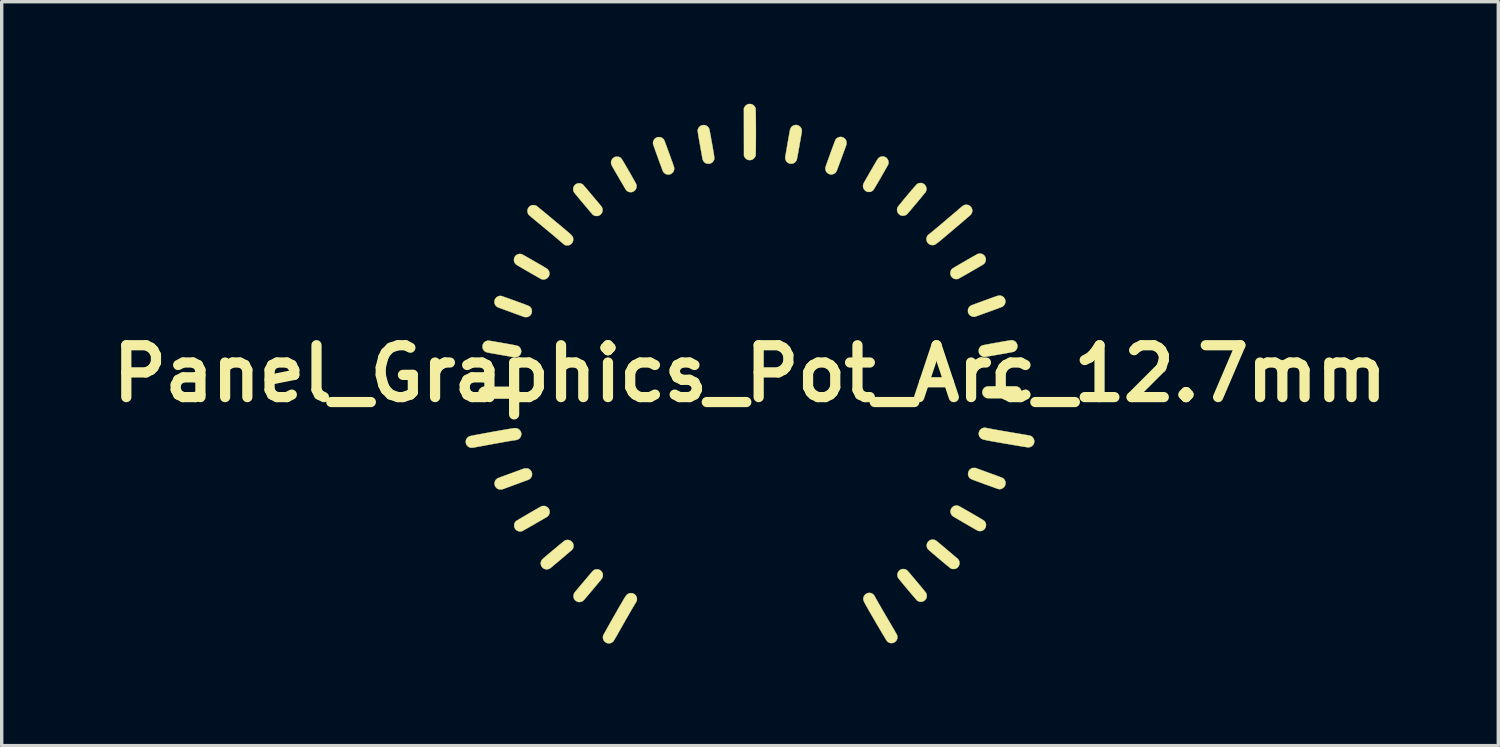
<source format=kicad_pcb>
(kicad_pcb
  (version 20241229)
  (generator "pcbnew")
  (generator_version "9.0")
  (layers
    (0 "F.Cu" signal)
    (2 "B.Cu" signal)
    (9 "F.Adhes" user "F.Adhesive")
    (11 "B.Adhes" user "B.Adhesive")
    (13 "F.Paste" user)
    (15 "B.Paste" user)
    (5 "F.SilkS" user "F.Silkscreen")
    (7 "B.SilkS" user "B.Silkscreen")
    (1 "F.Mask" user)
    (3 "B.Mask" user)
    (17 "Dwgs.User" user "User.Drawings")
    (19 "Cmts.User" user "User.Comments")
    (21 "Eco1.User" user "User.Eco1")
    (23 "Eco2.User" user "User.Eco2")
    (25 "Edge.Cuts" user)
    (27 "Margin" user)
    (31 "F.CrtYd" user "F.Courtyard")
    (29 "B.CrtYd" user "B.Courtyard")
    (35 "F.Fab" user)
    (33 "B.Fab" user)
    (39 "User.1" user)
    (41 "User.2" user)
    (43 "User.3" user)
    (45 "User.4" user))
  (footprint "Panel_Graphics_Pot_Arc_12.7mm"
    (layer "F.Cu")
    (at 18.985 7.927)
    (property "Reference" "Panel_Graphics_Pot_Arc_12.7mm" (at 0 0 0) (layer "F.SilkS") (effects (font (size 1.524 1.524) (thickness 0.3))))
    (attr through_hole)
    (fp_poly (pts (xy -6.557 2.784) (xy -6.541 2.784) (xy -6.529 2.786) (xy -6.519 2.789) (xy -6.508 2.794) (xy -6.507 2.794) (xy -6.475 2.814) (xy -6.448 2.839) (xy -6.427 2.868) (xy -6.412 2.901) (xy -6.404 2.936) (xy -6.404 2.972) (xy -6.405 2.981) (xy -6.414 3.016) (xy -6.431 3.049) (xy -6.453 3.078) (xy -6.481 3.101) (xy -6.493 3.109) (xy -6.5 3.112) (xy -6.514 3.117) (xy -6.535 3.126) (xy -6.563 3.136) (xy -6.596 3.148) (xy -6.633 3.162) (xy -6.676 3.178) (xy -6.722 3.195) (xy -6.772 3.214) (xy -6.824 3.233) (xy -6.879 3.253) (xy -6.899 3.26) (xy -7.283 3.401) (xy -7.324 3.402) (xy -7.35 3.402) (xy -7.371 3.4) (xy -7.381 3.398) (xy -7.417 3.382) (xy -7.448 3.359) (xy -7.473 3.331) (xy -7.49 3.302) (xy -7.501 3.269) (xy -7.505 3.233) (xy -7.503 3.198) (xy -7.497 3.175) (xy -7.482 3.14) (xy -7.46 3.11) (xy -7.433 3.086) (xy -7.407 3.071) (xy -7.4 3.068) (xy -7.385 3.063) (xy -7.364 3.055) (xy -7.337 3.044) (xy -7.304 3.032) (xy -7.266 3.018) (xy -7.223 3.002) (xy -7.177 2.985) (xy -7.127 2.967) (xy -7.075 2.948) (xy -7.021 2.928) (xy -7.006 2.923) (xy -6.627 2.784) (xy -6.579 2.784) (xy -6.557 2.784)) (stroke (width 0.01) (type solid)) (fill yes) (layer "F.SilkS"))
    (fp_poly (pts (xy 0.014 -7.922) (xy 0.032 -7.92) (xy 0.047 -7.916) (xy 0.055 -7.913) (xy 0.09 -7.894) (xy 0.119 -7.87) (xy 0.143 -7.839) (xy 0.157 -7.811) (xy 0.159 -7.805) (xy 0.161 -7.799) (xy 0.163 -7.793) (xy 0.164 -7.785) (xy 0.165 -7.774) (xy 0.166 -7.76) (xy 0.167 -7.743) (xy 0.167 -7.72) (xy 0.168 -7.692) (xy 0.169 -7.658) (xy 0.169 -7.618) (xy 0.17 -7.569) (xy 0.17 -7.565) (xy 0.171 -7.52) (xy 0.171 -7.471) (xy 0.172 -7.418) (xy 0.172 -7.361) (xy 0.172 -7.302) (xy 0.173 -7.24) (xy 0.173 -7.177) (xy 0.173 -7.113) (xy 0.173 -7.048) (xy 0.173 -6.983) (xy 0.173 -6.919) (xy 0.172 -6.856) (xy 0.172 -6.795) (xy 0.172 -6.737) (xy 0.171 -6.681) (xy 0.171 -6.629) (xy 0.17 -6.581) (xy 0.17 -6.538) (xy 0.169 -6.5) (xy 0.168 -6.467) (xy 0.168 -6.442) (xy 0.167 -6.423) (xy 0.166 -6.412) (xy 0.166 -6.41) (xy 0.152 -6.376) (xy 0.133 -6.344) (xy 0.108 -6.317) (xy 0.08 -6.296) (xy 0.066 -6.288) (xy 0.039 -6.279) (xy 0.008 -6.274) (xy -0.022 -6.273) (xy -0.032 -6.274) (xy -0.068 -6.283) (xy -0.101 -6.299) (xy -0.13 -6.323) (xy -0.154 -6.352) (xy -0.167 -6.376) (xy -0.178 -6.399) (xy -0.179 -7.097) (xy -0.18 -7.796) (xy -0.166 -7.824) (xy -0.145 -7.855) (xy -0.119 -7.883) (xy -0.087 -7.904) (xy -0.077 -7.909) (xy -0.063 -7.915) (xy -0.051 -7.919) (xy -0.038 -7.922) (xy -0.022 -7.922) (xy -0.008 -7.922) (xy 0.014 -7.922)) (stroke (width 0.01) (type solid)) (fill yes) (layer "F.SilkS"))
    (fp_poly (pts (xy 2.689 -6.953) (xy 2.725 -6.943) (xy 2.758 -6.926) (xy 2.787 -6.902) (xy 2.811 -6.872) (xy 2.823 -6.85) (xy 2.828 -6.838) (xy 2.831 -6.828) (xy 2.833 -6.815) (xy 2.834 -6.8) (xy 2.834 -6.78) (xy 2.834 -6.733) (xy 2.693 -6.348) (xy 2.673 -6.293) (xy 2.653 -6.24) (xy 2.634 -6.189) (xy 2.617 -6.141) (xy 2.6 -6.097) (xy 2.586 -6.058) (xy 2.573 -6.023) (xy 2.561 -5.994) (xy 2.552 -5.97) (xy 2.546 -5.954) (xy 2.542 -5.944) (xy 2.541 -5.943) (xy 2.521 -5.913) (xy 2.494 -5.889) (xy 2.463 -5.869) (xy 2.428 -5.857) (xy 2.419 -5.855) (xy 2.397 -5.852) (xy 2.378 -5.851) (xy 2.36 -5.854) (xy 2.346 -5.857) (xy 2.312 -5.87) (xy 2.281 -5.89) (xy 2.254 -5.915) (xy 2.234 -5.943) (xy 2.229 -5.954) (xy 2.22 -5.98) (xy 2.214 -6.01) (xy 2.213 -6.04) (xy 2.215 -6.055) (xy 2.217 -6.062) (xy 2.221 -6.077) (xy 2.228 -6.098) (xy 2.238 -6.125) (xy 2.249 -6.157) (xy 2.262 -6.194) (xy 2.276 -6.234) (xy 2.292 -6.278) (xy 2.309 -6.325) (xy 2.326 -6.373) (xy 2.344 -6.422) (xy 2.362 -6.472) (xy 2.38 -6.522) (xy 2.398 -6.571) (xy 2.415 -6.619) (xy 2.432 -6.664) (xy 2.448 -6.707) (xy 2.462 -6.746) (xy 2.475 -6.781) (xy 2.487 -6.811) (xy 2.496 -6.835) (xy 2.503 -6.853) (xy 2.508 -6.865) (xy 2.509 -6.868) (xy 2.529 -6.895) (xy 2.555 -6.919) (xy 2.585 -6.937) (xy 2.619 -6.949) (xy 2.65 -6.955) (xy 2.689 -6.953)) (stroke (width 0.01) (type solid)) (fill yes) (layer "F.SilkS"))
    (fp_poly (pts (xy 7.004 2.91) (xy 7.059 2.93) (xy 7.112 2.949) (xy 7.163 2.968) (xy 7.211 2.985) (xy 7.255 3.002) (xy 7.294 3.016) (xy 7.329 3.03) (xy 7.359 3.041) (xy 7.383 3.05) (xy 7.4 3.056) (xy 7.409 3.06) (xy 7.411 3.061) (xy 7.441 3.08) (xy 7.467 3.105) (xy 7.487 3.136) (xy 7.501 3.17) (xy 7.506 3.194) (xy 7.508 3.229) (xy 7.501 3.264) (xy 7.488 3.297) (xy 7.469 3.326) (xy 7.444 3.352) (xy 7.414 3.372) (xy 7.381 3.386) (xy 7.362 3.391) (xy 7.342 3.394) (xy 7.324 3.394) (xy 7.305 3.392) (xy 7.3 3.391) (xy 7.294 3.389) (xy 7.28 3.384) (xy 7.259 3.377) (xy 7.233 3.368) (xy 7.201 3.357) (xy 7.165 3.344) (xy 7.125 3.329) (xy 7.082 3.314) (xy 7.036 3.297) (xy 6.988 3.28) (xy 6.939 3.262) (xy 6.89 3.245) (xy 6.841 3.227) (xy 6.793 3.209) (xy 6.746 3.192) (xy 6.702 3.176) (xy 6.66 3.16) (xy 6.622 3.146) (xy 6.588 3.134) (xy 6.559 3.123) (xy 6.536 3.114) (xy 6.519 3.108) (xy 6.509 3.104) (xy 6.508 3.103) (xy 6.483 3.089) (xy 6.459 3.07) (xy 6.439 3.049) (xy 6.432 3.039) (xy 6.416 3.006) (xy 6.407 2.97) (xy 6.406 2.933) (xy 6.412 2.897) (xy 6.425 2.863) (xy 6.429 2.855) (xy 6.443 2.835) (xy 6.463 2.815) (xy 6.484 2.798) (xy 6.506 2.784) (xy 6.514 2.781) (xy 6.528 2.776) (xy 6.543 2.773) (xy 6.561 2.771) (xy 6.581 2.771) (xy 6.623 2.771) (xy 7.004 2.91)) (stroke (width 0.01) (type solid)) (fill yes) (layer "F.SilkS"))
    (fp_poly (pts (xy 5.047 -5.598) (xy 5.082 -5.587) (xy 5.113 -5.568) (xy 5.134 -5.55) (xy 5.157 -5.521) (xy 5.173 -5.488) (xy 5.182 -5.452) (xy 5.184 -5.416) (xy 5.178 -5.379) (xy 5.167 -5.349) (xy 5.163 -5.342) (xy 5.153 -5.329) (xy 5.138 -5.311) (xy 5.119 -5.286) (xy 5.095 -5.257) (xy 5.067 -5.223) (xy 5.036 -5.185) (xy 5.001 -5.142) (xy 4.962 -5.096) (xy 4.921 -5.046) (xy 4.896 -5.016) (xy 4.858 -4.972) (xy 4.822 -4.929) (xy 4.788 -4.888) (xy 4.755 -4.849) (xy 4.726 -4.814) (xy 4.699 -4.782) (xy 4.675 -4.754) (xy 4.655 -4.731) (xy 4.64 -4.713) (xy 4.629 -4.7) (xy 4.622 -4.692) (xy 4.621 -4.691) (xy 4.594 -4.668) (xy 4.561 -4.651) (xy 4.525 -4.641) (xy 4.488 -4.638) (xy 4.466 -4.64) (xy 4.431 -4.65) (xy 4.399 -4.666) (xy 4.372 -4.688) (xy 4.35 -4.715) (xy 4.334 -4.745) (xy 4.324 -4.778) (xy 4.32 -4.813) (xy 4.323 -4.848) (xy 4.334 -4.882) (xy 4.337 -4.888) (xy 4.342 -4.896) (xy 4.352 -4.911) (xy 4.367 -4.93) (xy 4.386 -4.954) (xy 4.409 -4.982) (xy 4.435 -5.014) (xy 4.463 -5.049) (xy 4.494 -5.087) (xy 4.526 -5.126) (xy 4.56 -5.167) (xy 4.595 -5.208) (xy 4.63 -5.25) (xy 4.665 -5.292) (xy 4.699 -5.332) (xy 4.733 -5.372) (xy 4.765 -5.409) (xy 4.795 -5.444) (xy 4.823 -5.476) (xy 4.847 -5.504) (xy 4.869 -5.528) (xy 4.886 -5.547) (xy 4.9 -5.562) (xy 4.908 -5.57) (xy 4.91 -5.571) (xy 4.942 -5.589) (xy 4.976 -5.598) (xy 5.009 -5.601) (xy 5.047 -5.598)) (stroke (width 0.01) (type solid)) (fill yes) (layer "F.SilkS"))
    (fp_poly (pts (xy -4.461 5.751) (xy -4.428 5.761) (xy -4.398 5.778) (xy -4.371 5.801) (xy -4.349 5.83) (xy -4.341 5.845) (xy -4.327 5.88) (xy -4.322 5.917) (xy -4.325 5.954) (xy -4.335 5.989) (xy -4.35 6.017) (xy -4.354 6.024) (xy -4.364 6.036) (xy -4.379 6.054) (xy -4.397 6.077) (xy -4.419 6.103) (xy -4.444 6.134) (xy -4.472 6.167) (xy -4.502 6.203) (xy -4.533 6.241) (xy -4.566 6.28) (xy -4.599 6.32) (xy -4.633 6.36) (xy -4.667 6.4) (xy -4.7 6.439) (xy -4.731 6.477) (xy -4.761 6.512) (xy -4.789 6.545) (xy -4.814 6.575) (xy -4.837 6.601) (xy -4.855 6.623) (xy -4.87 6.64) (xy -4.88 6.651) (xy -4.884 6.655) (xy -4.915 6.681) (xy -4.948 6.699) (xy -4.984 6.709) (xy -5.022 6.711) (xy -5.041 6.709) (xy -5.074 6.7) (xy -5.106 6.683) (xy -5.134 6.661) (xy -5.156 6.636) (xy -5.173 6.605) (xy -5.183 6.57) (xy -5.186 6.534) (xy -5.182 6.499) (xy -5.172 6.465) (xy -5.155 6.434) (xy -5.152 6.43) (xy -5.144 6.42) (xy -5.132 6.405) (xy -5.115 6.385) (xy -5.095 6.361) (xy -5.071 6.332) (xy -5.044 6.301) (xy -5.015 6.266) (xy -4.985 6.229) (xy -4.953 6.191) (xy -4.919 6.152) (xy -4.886 6.112) (xy -4.852 6.072) (xy -4.819 6.033) (xy -4.787 5.995) (xy -4.757 5.959) (xy -4.728 5.925) (xy -4.702 5.894) (xy -4.679 5.867) (xy -4.659 5.844) (xy -4.643 5.825) (xy -4.632 5.811) (xy -4.625 5.804) (xy -4.624 5.803) (xy -4.595 5.778) (xy -4.563 5.761) (xy -4.529 5.751) (xy -4.495 5.747) (xy -4.461 5.751)) (stroke (width 0.01) (type solid)) (fill yes) (layer "F.SilkS"))
    (fp_poly (pts (xy -7.136 0.386) (xy -7.1 0.386) (xy -7.07 0.386) (xy -7.045 0.386) (xy -7.024 0.387) (xy -7.007 0.387) (xy -6.993 0.387) (xy -6.982 0.388) (xy -6.973 0.389) (xy -6.966 0.39) (xy -6.961 0.391) (xy -6.956 0.392) (xy -6.951 0.393) (xy -6.951 0.393) (xy -6.918 0.408) (xy -6.888 0.429) (xy -6.863 0.456) (xy -6.844 0.487) (xy -6.834 0.511) (xy -6.83 0.535) (xy -6.829 0.563) (xy -6.831 0.591) (xy -6.836 0.616) (xy -6.84 0.628) (xy -6.86 0.662) (xy -6.885 0.691) (xy -6.916 0.713) (xy -6.95 0.728) (xy -6.951 0.728) (xy -6.955 0.73) (xy -6.96 0.731) (xy -6.966 0.732) (xy -6.973 0.733) (xy -6.982 0.734) (xy -6.993 0.734) (xy -7.008 0.735) (xy -7.025 0.735) (xy -7.047 0.736) (xy -7.073 0.736) (xy -7.104 0.736) (xy -7.141 0.736) (xy -7.183 0.736) (xy -7.232 0.736) (xy -7.288 0.736) (xy -7.352 0.736) (xy -7.403 0.736) (xy -7.463 0.736) (xy -7.521 0.736) (xy -7.575 0.736) (xy -7.627 0.735) (xy -7.674 0.735) (xy -7.717 0.735) (xy -7.755 0.734) (xy -7.787 0.734) (xy -7.812 0.733) (xy -7.831 0.733) (xy -7.843 0.732) (xy -7.845 0.732) (xy -7.874 0.722) (xy -7.902 0.705) (xy -7.928 0.684) (xy -7.928 0.683) (xy -7.951 0.654) (xy -7.968 0.622) (xy -7.977 0.589) (xy -7.979 0.555) (xy -7.974 0.521) (xy -7.963 0.488) (xy -7.945 0.458) (xy -7.921 0.432) (xy -7.891 0.409) (xy -7.875 0.401) (xy -7.846 0.387) (xy -7.413 0.386) (xy -7.342 0.386) (xy -7.28 0.386) (xy -7.225 0.386) (xy -7.177 0.386) (xy -7.136 0.386)) (stroke (width 0.01) (type solid)) (fill yes) (layer "F.SilkS"))
    (fp_poly (pts (xy -4.982 -5.59) (xy -4.948 -5.578) (xy -4.917 -5.56) (xy -4.906 -5.551) (xy -4.902 -5.547) (xy -4.892 -5.536) (xy -4.878 -5.519) (xy -4.86 -5.498) (xy -4.838 -5.473) (xy -4.813 -5.444) (xy -4.786 -5.412) (xy -4.756 -5.377) (xy -4.725 -5.34) (xy -4.692 -5.301) (xy -4.659 -5.261) (xy -4.625 -5.221) (xy -4.591 -5.181) (xy -4.558 -5.142) (xy -4.526 -5.104) (xy -4.495 -5.067) (xy -4.467 -5.033) (xy -4.44 -5.002) (xy -4.417 -4.974) (xy -4.397 -4.95) (xy -4.381 -4.93) (xy -4.372 -4.919) (xy -4.351 -4.887) (xy -4.337 -4.852) (xy -4.331 -4.816) (xy -4.333 -4.779) (xy -4.342 -4.744) (xy -4.359 -4.711) (xy -4.365 -4.701) (xy -4.386 -4.679) (xy -4.411 -4.659) (xy -4.438 -4.644) (xy -4.455 -4.638) (xy -4.474 -4.634) (xy -4.498 -4.632) (xy -4.523 -4.632) (xy -4.545 -4.634) (xy -4.557 -4.637) (xy -4.592 -4.652) (xy -4.621 -4.673) (xy -4.627 -4.679) (xy -4.633 -4.685) (xy -4.643 -4.696) (xy -4.658 -4.714) (xy -4.677 -4.736) (xy -4.701 -4.763) (xy -4.727 -4.794) (xy -4.756 -4.829) (xy -4.788 -4.867) (xy -4.822 -4.907) (xy -4.858 -4.95) (xy -4.895 -4.994) (xy -4.904 -5.005) (xy -4.956 -5.066) (xy -5.002 -5.121) (xy -5.042 -5.17) (xy -5.077 -5.213) (xy -5.107 -5.249) (xy -5.132 -5.279) (xy -5.151 -5.304) (xy -5.165 -5.322) (xy -5.173 -5.334) (xy -5.176 -5.339) (xy -5.19 -5.374) (xy -5.196 -5.411) (xy -5.194 -5.447) (xy -5.184 -5.482) (xy -5.167 -5.515) (xy -5.148 -5.539) (xy -5.121 -5.563) (xy -5.09 -5.579) (xy -5.055 -5.59) (xy -5.055 -5.59) (xy -5.019 -5.594) (xy -4.982 -5.59)) (stroke (width 0.01) (type solid)) (fill yes) (layer "F.SilkS"))
    (fp_poly (pts (xy 4.535 5.743) (xy 4.563 5.75) (xy 4.59 5.762) (xy 4.616 5.781) (xy 4.643 5.807) (xy 4.657 5.824) (xy 4.675 5.845) (xy 4.697 5.87) (xy 4.722 5.899) (xy 4.749 5.931) (xy 4.778 5.966) (xy 4.809 6.004) (xy 4.842 6.042) (xy 4.875 6.082) (xy 4.909 6.122) (xy 4.942 6.162) (xy 4.975 6.202) (xy 5.007 6.24) (xy 5.037 6.276) (xy 5.065 6.31) (xy 5.091 6.342) (xy 5.114 6.369) (xy 5.133 6.393) (xy 5.149 6.412) (xy 5.16 6.426) (xy 5.167 6.435) (xy 5.168 6.437) (xy 5.183 6.467) (xy 5.192 6.501) (xy 5.193 6.536) (xy 5.193 6.539) (xy 5.19 6.564) (xy 5.185 6.585) (xy 5.177 6.603) (xy 5.165 6.624) (xy 5.165 6.624) (xy 5.142 6.652) (xy 5.114 6.675) (xy 5.082 6.691) (xy 5.048 6.701) (xy 5.012 6.704) (xy 4.983 6.7) (xy 4.946 6.687) (xy 4.912 6.667) (xy 4.9 6.657) (xy 4.895 6.652) (xy 4.885 6.64) (xy 4.87 6.623) (xy 4.85 6.6) (xy 4.827 6.573) (xy 4.801 6.542) (xy 4.771 6.508) (xy 4.739 6.47) (xy 4.705 6.429) (xy 4.669 6.387) (xy 4.632 6.342) (xy 4.621 6.329) (xy 4.571 6.269) (xy 4.527 6.216) (xy 4.488 6.169) (xy 4.454 6.128) (xy 4.425 6.093) (xy 4.401 6.063) (xy 4.381 6.038) (xy 4.366 6.019) (xy 4.355 6.005) (xy 4.349 5.995) (xy 4.347 5.992) (xy 4.334 5.957) (xy 4.329 5.921) (xy 4.331 5.887) (xy 4.342 5.85) (xy 4.359 5.817) (xy 4.382 5.789) (xy 4.411 5.767) (xy 4.443 5.751) (xy 4.479 5.742) (xy 4.503 5.74) (xy 4.535 5.743)) (stroke (width 0.01) (type solid)) (fill yes) (layer "F.SilkS"))
    (fp_poly (pts (xy 6.791 -3.523) (xy 6.823 -3.513) (xy 6.85 -3.499) (xy 6.879 -3.474) (xy 6.901 -3.445) (xy 6.917 -3.413) (xy 6.926 -3.379) (xy 6.928 -3.344) (xy 6.923 -3.31) (xy 6.911 -3.276) (xy 6.892 -3.245) (xy 6.875 -3.227) (xy 6.87 -3.223) (xy 6.861 -3.216) (xy 6.849 -3.208) (xy 6.832 -3.197) (xy 6.811 -3.184) (xy 6.786 -3.169) (xy 6.755 -3.151) (xy 6.718 -3.129) (xy 6.676 -3.104) (xy 6.628 -3.076) (xy 6.573 -3.044) (xy 6.511 -3.009) (xy 6.495 -3) (xy 6.444 -2.97) (xy 6.395 -2.942) (xy 6.347 -2.915) (xy 6.303 -2.889) (xy 6.262 -2.866) (xy 6.225 -2.845) (xy 6.192 -2.827) (xy 6.164 -2.811) (xy 6.142 -2.799) (xy 6.125 -2.79) (xy 6.115 -2.786) (xy 6.113 -2.785) (xy 6.088 -2.779) (xy 6.058 -2.777) (xy 6.029 -2.779) (xy 6.004 -2.785) (xy 5.969 -2.801) (xy 5.939 -2.824) (xy 5.915 -2.852) (xy 5.898 -2.885) (xy 5.888 -2.921) (xy 5.885 -2.94) (xy 5.887 -2.979) (xy 5.896 -3.015) (xy 5.912 -3.048) (xy 5.937 -3.077) (xy 5.944 -3.083) (xy 5.95 -3.088) (xy 5.963 -3.096) (xy 5.983 -3.108) (xy 6.008 -3.123) (xy 6.037 -3.141) (xy 6.071 -3.161) (xy 6.109 -3.183) (xy 6.149 -3.207) (xy 6.192 -3.232) (xy 6.237 -3.258) (xy 6.283 -3.285) (xy 6.329 -3.312) (xy 6.375 -3.338) (xy 6.42 -3.364) (xy 6.464 -3.39) (xy 6.506 -3.413) (xy 6.546 -3.436) (xy 6.582 -3.456) (xy 6.614 -3.474) (xy 6.641 -3.49) (xy 6.664 -3.502) (xy 6.68 -3.511) (xy 6.691 -3.516) (xy 6.692 -3.517) (xy 6.723 -3.525) (xy 6.757 -3.526) (xy 6.791 -3.523)) (stroke (width 0.01) (type solid)) (fill yes) (layer "F.SilkS"))
    (fp_poly (pts (xy -2.643 -6.947) (xy -2.609 -6.938) (xy -2.578 -6.921) (xy -2.55 -6.9) (xy -2.528 -6.872) (xy -2.518 -6.854) (xy -2.515 -6.846) (xy -2.509 -6.832) (xy -2.501 -6.81) (xy -2.491 -6.783) (xy -2.479 -6.75) (xy -2.464 -6.711) (xy -2.449 -6.669) (xy -2.432 -6.622) (xy -2.413 -6.572) (xy -2.394 -6.52) (xy -2.374 -6.466) (xy -2.368 -6.449) (xy -2.345 -6.385) (xy -2.325 -6.329) (xy -2.307 -6.279) (xy -2.291 -6.236) (xy -2.278 -6.199) (xy -2.266 -6.167) (xy -2.257 -6.14) (xy -2.249 -6.117) (xy -2.243 -6.098) (xy -2.238 -6.083) (xy -2.234 -6.07) (xy -2.232 -6.06) (xy -2.23 -6.052) (xy -2.229 -6.045) (xy -2.228 -6.038) (xy -2.228 -6.035) (xy -2.229 -5.997) (xy -2.238 -5.962) (xy -2.254 -5.929) (xy -2.256 -5.927) (xy -2.28 -5.898) (xy -2.309 -5.875) (xy -2.341 -5.859) (xy -2.376 -5.85) (xy -2.412 -5.848) (xy -2.438 -5.852) (xy -2.474 -5.864) (xy -2.506 -5.883) (xy -2.533 -5.907) (xy -2.554 -5.935) (xy -2.557 -5.942) (xy -2.563 -5.957) (xy -2.571 -5.978) (xy -2.581 -6.005) (xy -2.593 -6.037) (xy -2.607 -6.074) (xy -2.622 -6.114) (xy -2.638 -6.158) (xy -2.655 -6.205) (xy -2.673 -6.253) (xy -2.691 -6.303) (xy -2.709 -6.353) (xy -2.727 -6.403) (xy -2.745 -6.452) (xy -2.762 -6.5) (xy -2.778 -6.545) (xy -2.794 -6.588) (xy -2.807 -6.627) (xy -2.82 -6.662) (xy -2.83 -6.692) (xy -2.839 -6.716) (xy -2.845 -6.735) (xy -2.848 -6.746) (xy -2.849 -6.749) (xy -2.85 -6.785) (xy -2.844 -6.821) (xy -2.831 -6.854) (xy -2.812 -6.885) (xy -2.787 -6.911) (xy -2.757 -6.931) (xy -2.749 -6.935) (xy -2.714 -6.946) (xy -2.678 -6.95) (xy -2.643 -6.947)) (stroke (width 0.01) (type solid)) (fill yes) (layer "F.SilkS"))
    (fp_poly (pts (xy 7.472 0.373) (xy 7.533 0.373) (xy 7.587 0.373) (xy 7.635 0.373) (xy 7.675 0.373) (xy 7.71 0.373) (xy 7.74 0.373) (xy 7.764 0.373) (xy 7.784 0.374) (xy 7.801 0.374) (xy 7.814 0.375) (xy 7.825 0.376) (xy 7.833 0.376) (xy 7.839 0.377) (xy 7.844 0.379) (xy 7.849 0.38) (xy 7.853 0.381) (xy 7.89 0.398) (xy 7.921 0.42) (xy 7.945 0.447) (xy 7.962 0.479) (xy 7.972 0.515) (xy 7.975 0.555) (xy 7.975 0.559) (xy 7.973 0.58) (xy 7.97 0.596) (xy 7.965 0.611) (xy 7.959 0.624) (xy 7.939 0.657) (xy 7.912 0.684) (xy 7.879 0.706) (xy 7.875 0.708) (xy 7.846 0.722) (xy 7.408 0.723) (xy 7.338 0.723) (xy 7.275 0.723) (xy 7.219 0.723) (xy 7.171 0.723) (xy 7.129 0.723) (xy 7.093 0.723) (xy 7.062 0.723) (xy 7.037 0.723) (xy 7.016 0.722) (xy 6.998 0.722) (xy 6.985 0.721) (xy 6.974 0.721) (xy 6.966 0.72) (xy 6.959 0.719) (xy 6.954 0.718) (xy 6.95 0.717) (xy 6.949 0.716) (xy 6.913 0.7) (xy 6.883 0.678) (xy 6.858 0.651) (xy 6.843 0.624) (xy 6.83 0.588) (xy 6.825 0.551) (xy 6.828 0.515) (xy 6.838 0.481) (xy 6.855 0.45) (xy 6.878 0.423) (xy 6.907 0.401) (xy 6.941 0.384) (xy 6.95 0.381) (xy 6.955 0.38) (xy 6.96 0.378) (xy 6.966 0.377) (xy 6.973 0.376) (xy 6.982 0.376) (xy 6.993 0.375) (xy 7.007 0.374) (xy 7.024 0.374) (xy 7.046 0.373) (xy 7.071 0.373) (xy 7.102 0.373) (xy 7.138 0.373) (xy 7.181 0.373) (xy 7.229 0.373) (xy 7.285 0.373) (xy 7.348 0.373) (xy 7.403 0.373) (xy 7.472 0.373)) (stroke (width 0.01) (type solid)) (fill yes) (layer "F.SilkS"))
    (fp_poly (pts (xy -7.68 -0.969) (xy -7.664 -0.967) (xy -7.642 -0.963) (xy -7.613 -0.959) (xy -7.578 -0.953) (xy -7.538 -0.946) (xy -7.493 -0.939) (xy -7.444 -0.93) (xy -7.392 -0.921) (xy -7.337 -0.912) (xy -7.279 -0.902) (xy -7.255 -0.897) (xy -7.185 -0.885) (xy -7.123 -0.874) (xy -7.068 -0.864) (xy -7.019 -0.856) (xy -6.977 -0.848) (xy -6.941 -0.841) (xy -6.911 -0.835) (xy -6.884 -0.829) (xy -6.863 -0.825) (xy -6.845 -0.82) (xy -6.83 -0.816) (xy -6.818 -0.811) (xy -6.808 -0.807) (xy -6.8 -0.803) (xy -6.794 -0.798) (xy -6.788 -0.793) (xy -6.782 -0.788) (xy -6.776 -0.782) (xy -6.774 -0.78) (xy -6.761 -0.765) (xy -6.748 -0.747) (xy -6.739 -0.731) (xy -6.727 -0.696) (xy -6.722 -0.661) (xy -6.725 -0.625) (xy -6.735 -0.59) (xy -6.752 -0.557) (xy -6.776 -0.529) (xy -6.781 -0.524) (xy -6.81 -0.503) (xy -6.844 -0.488) (xy -6.879 -0.48) (xy -6.915 -0.48) (xy -6.926 -0.481) (xy -6.949 -0.485) (xy -6.978 -0.49) (xy -7.012 -0.496) (xy -7.051 -0.503) (xy -7.093 -0.511) (xy -7.139 -0.519) (xy -7.188 -0.527) (xy -7.238 -0.536) (xy -7.289 -0.545) (xy -7.34 -0.554) (xy -7.391 -0.563) (xy -7.44 -0.572) (xy -7.488 -0.58) (xy -7.533 -0.588) (xy -7.575 -0.596) (xy -7.612 -0.602) (xy -7.645 -0.608) (xy -7.672 -0.613) (xy -7.693 -0.617) (xy -7.707 -0.62) (xy -7.713 -0.621) (xy -7.753 -0.633) (xy -7.786 -0.651) (xy -7.815 -0.676) (xy -7.837 -0.707) (xy -7.845 -0.722) (xy -7.857 -0.756) (xy -7.861 -0.791) (xy -7.858 -0.826) (xy -7.848 -0.858) (xy -7.833 -0.889) (xy -7.812 -0.915) (xy -7.786 -0.938) (xy -7.756 -0.955) (xy -7.722 -0.966) (xy -7.687 -0.969) (xy -7.68 -0.969)) (stroke (width 0.01) (type solid)) (fill yes) (layer "F.SilkS"))
    (fp_poly (pts (xy -6.735 -3.515) (xy -6.702 -3.507) (xy -6.699 -3.506) (xy -6.693 -3.503) (xy -6.679 -3.495) (xy -6.659 -3.485) (xy -6.634 -3.47) (xy -6.604 -3.453) (xy -6.568 -3.433) (xy -6.529 -3.411) (xy -6.486 -3.386) (xy -6.44 -3.36) (xy -6.392 -3.332) (xy -6.342 -3.303) (xy -6.322 -3.292) (xy -6.26 -3.256) (xy -6.204 -3.224) (xy -6.154 -3.195) (xy -6.111 -3.17) (xy -6.074 -3.148) (xy -6.042 -3.129) (xy -6.016 -3.113) (xy -5.994 -3.1) (xy -5.977 -3.089) (xy -5.963 -3.08) (xy -5.953 -3.073) (xy -5.946 -3.067) (xy -5.945 -3.066) (xy -5.922 -3.038) (xy -5.905 -3.006) (xy -5.895 -2.972) (xy -5.893 -2.936) (xy -5.897 -2.9) (xy -5.909 -2.866) (xy -5.919 -2.848) (xy -5.942 -2.819) (xy -5.971 -2.795) (xy -6.004 -2.778) (xy -6.039 -2.768) (xy -6.076 -2.765) (xy -6.102 -2.769) (xy -6.117 -2.772) (xy -6.13 -2.776) (xy -6.132 -2.777) (xy -6.137 -2.78) (xy -6.149 -2.786) (xy -6.168 -2.797) (xy -6.192 -2.81) (xy -6.222 -2.827) (xy -6.256 -2.847) (xy -6.294 -2.869) (xy -6.337 -2.893) (xy -6.382 -2.919) (xy -6.43 -2.946) (xy -6.48 -2.975) (xy -6.502 -2.988) (xy -6.563 -3.023) (xy -6.617 -3.054) (xy -6.665 -3.082) (xy -6.706 -3.106) (xy -6.742 -3.127) (xy -6.773 -3.145) (xy -6.799 -3.161) (xy -6.821 -3.174) (xy -6.839 -3.185) (xy -6.853 -3.194) (xy -6.864 -3.202) (xy -6.873 -3.208) (xy -6.879 -3.213) (xy -6.884 -3.217) (xy -6.908 -3.246) (xy -6.924 -3.278) (xy -6.934 -3.311) (xy -6.936 -3.345) (xy -6.932 -3.378) (xy -6.922 -3.41) (xy -6.906 -3.44) (xy -6.884 -3.467) (xy -6.857 -3.489) (xy -6.824 -3.505) (xy -6.803 -3.512) (xy -6.769 -3.517) (xy -6.735 -3.515)) (stroke (width 0.01) (type solid)) (fill yes) (layer "F.SilkS"))
    (fp_poly (pts (xy 6.106 3.88) (xy 6.127 3.886) (xy 6.133 3.889) (xy 6.147 3.897) (xy 6.166 3.907) (xy 6.191 3.921) (xy 6.222 3.939) (xy 6.257 3.958) (xy 6.296 3.981) (xy 6.339 4.005) (xy 6.385 4.031) (xy 6.433 4.059) (xy 6.484 4.088) (xy 6.504 4.1) (xy 6.569 4.138) (xy 6.627 4.171) (xy 6.679 4.201) (xy 6.723 4.227) (xy 6.762 4.25) (xy 6.794 4.27) (xy 6.821 4.286) (xy 6.843 4.299) (xy 6.86 4.31) (xy 6.872 4.318) (xy 6.879 4.324) (xy 6.881 4.326) (xy 6.906 4.355) (xy 6.923 4.388) (xy 6.932 4.424) (xy 6.933 4.462) (xy 6.927 4.498) (xy 6.914 4.532) (xy 6.895 4.561) (xy 6.87 4.586) (xy 6.841 4.605) (xy 6.809 4.619) (xy 6.774 4.626) (xy 6.737 4.625) (xy 6.716 4.621) (xy 6.712 4.62) (xy 6.708 4.619) (xy 6.704 4.618) (xy 6.7 4.616) (xy 6.694 4.614) (xy 6.687 4.611) (xy 6.679 4.606) (xy 6.668 4.601) (xy 6.654 4.593) (xy 6.638 4.584) (xy 6.617 4.572) (xy 6.593 4.558) (xy 6.564 4.542) (xy 6.53 4.522) (xy 6.491 4.5) (xy 6.446 4.474) (xy 6.394 4.444) (xy 6.336 4.411) (xy 6.312 4.397) (xy 6.249 4.36) (xy 6.192 4.327) (xy 6.143 4.299) (xy 6.1 4.273) (xy 6.063 4.251) (xy 6.031 4.233) (xy 6.005 4.217) (xy 5.984 4.204) (xy 5.967 4.193) (xy 5.955 4.185) (xy 5.946 4.178) (xy 5.942 4.175) (xy 5.92 4.147) (xy 5.903 4.115) (xy 5.893 4.081) (xy 5.89 4.046) (xy 5.892 4.022) (xy 5.903 3.986) (xy 5.92 3.953) (xy 5.943 3.926) (xy 5.97 3.904) (xy 6.001 3.888) (xy 6.034 3.878) (xy 6.07 3.875) (xy 6.106 3.88)) (stroke (width 0.01) (type solid)) (fill yes) (layer "F.SilkS"))
    (fp_poly (pts (xy -5.319 4.89) (xy -5.286 4.902) (xy -5.256 4.92) (xy -5.229 4.945) (xy -5.207 4.976) (xy -5.202 4.986) (xy -5.196 4.999) (xy -5.192 5.01) (xy -5.189 5.02) (xy -5.188 5.034) (xy -5.188 5.052) (xy -5.188 5.061) (xy -5.188 5.083) (xy -5.189 5.098) (xy -5.192 5.111) (xy -5.195 5.122) (xy -5.199 5.132) (xy -5.209 5.149) (xy -5.221 5.166) (xy -5.229 5.176) (xy -5.234 5.18) (xy -5.245 5.19) (xy -5.261 5.204) (xy -5.283 5.223) (xy -5.308 5.244) (xy -5.338 5.269) (xy -5.37 5.297) (xy -5.405 5.327) (xy -5.442 5.359) (xy -5.481 5.391) (xy -5.521 5.425) (xy -5.561 5.459) (xy -5.601 5.493) (xy -5.641 5.526) (xy -5.679 5.558) (xy -5.716 5.589) (xy -5.75 5.617) (xy -5.781 5.644) (xy -5.809 5.667) (xy -5.833 5.687) (xy -5.852 5.703) (xy -5.864 5.712) (xy -5.895 5.732) (xy -5.93 5.744) (xy -5.967 5.75) (xy -6.003 5.748) (xy -6.034 5.74) (xy -6.065 5.724) (xy -6.093 5.703) (xy -6.1 5.696) (xy -6.123 5.665) (xy -6.139 5.632) (xy -6.148 5.597) (xy -6.149 5.561) (xy -6.142 5.526) (xy -6.128 5.493) (xy -6.107 5.462) (xy -6.093 5.447) (xy -6.085 5.44) (xy -6.071 5.428) (xy -6.052 5.411) (xy -6.028 5.391) (xy -6.001 5.367) (xy -5.969 5.341) (xy -5.935 5.312) (xy -5.899 5.281) (xy -5.86 5.249) (xy -5.821 5.216) (xy -5.781 5.182) (xy -5.74 5.149) (xy -5.701 5.115) (xy -5.662 5.083) (xy -5.625 5.052) (xy -5.59 5.023) (xy -5.558 4.997) (xy -5.529 4.973) (xy -5.505 4.953) (xy -5.484 4.936) (xy -5.469 4.924) (xy -5.459 4.916) (xy -5.457 4.914) (xy -5.424 4.897) (xy -5.389 4.887) (xy -5.354 4.885) (xy -5.319 4.89)) (stroke (width 0.01) (type solid)) (fill yes) (layer "F.SilkS"))
    (fp_poly (pts (xy 3.929 -6.378) (xy 3.963 -6.367) (xy 3.995 -6.35) (xy 4.021 -6.327) (xy 4.044 -6.297) (xy 4.06 -6.263) (xy 4.069 -6.228) (xy 4.07 -6.192) (xy 4.063 -6.156) (xy 4.058 -6.14) (xy 4.055 -6.134) (xy 4.048 -6.122) (xy 4.037 -6.103) (xy 4.023 -6.078) (xy 4.006 -6.048) (xy 3.986 -6.013) (xy 3.964 -5.974) (xy 3.94 -5.932) (xy 3.914 -5.886) (xy 3.886 -5.838) (xy 3.857 -5.788) (xy 3.845 -5.767) (xy 3.808 -5.703) (xy 3.775 -5.646) (xy 3.746 -5.596) (xy 3.721 -5.553) (xy 3.698 -5.515) (xy 3.679 -5.483) (xy 3.663 -5.456) (xy 3.65 -5.434) (xy 3.639 -5.417) (xy 3.63 -5.404) (xy 3.623 -5.395) (xy 3.619 -5.389) (xy 3.618 -5.389) (xy 3.604 -5.376) (xy 3.585 -5.363) (xy 3.57 -5.355) (xy 3.555 -5.348) (xy 3.543 -5.343) (xy 3.529 -5.341) (xy 3.511 -5.34) (xy 3.501 -5.339) (xy 3.478 -5.339) (xy 3.461 -5.34) (xy 3.446 -5.344) (xy 3.438 -5.346) (xy 3.404 -5.362) (xy 3.375 -5.385) (xy 3.351 -5.412) (xy 3.334 -5.442) (xy 3.323 -5.476) (xy 3.319 -5.511) (xy 3.323 -5.547) (xy 3.334 -5.583) (xy 3.337 -5.589) (xy 3.341 -5.597) (xy 3.35 -5.612) (xy 3.361 -5.633) (xy 3.376 -5.66) (xy 3.394 -5.692) (xy 3.415 -5.728) (xy 3.438 -5.768) (xy 3.463 -5.811) (xy 3.489 -5.857) (xy 3.517 -5.906) (xy 3.546 -5.956) (xy 3.549 -5.961) (xy 3.586 -6.024) (xy 3.619 -6.081) (xy 3.648 -6.131) (xy 3.673 -6.175) (xy 3.695 -6.212) (xy 3.714 -6.244) (xy 3.73 -6.27) (xy 3.743 -6.29) (xy 3.754 -6.307) (xy 3.761 -6.318) (xy 3.767 -6.325) (xy 3.767 -6.326) (xy 3.795 -6.35) (xy 3.826 -6.367) (xy 3.86 -6.378) (xy 3.895 -6.381) (xy 3.929 -6.378)) (stroke (width 0.01) (type solid)) (fill yes) (layer "F.SilkS"))
    (fp_poly (pts (xy 1.396 -7.3) (xy 1.428 -7.287) (xy 1.457 -7.267) (xy 1.483 -7.242) (xy 1.504 -7.21) (xy 1.508 -7.201) (xy 1.512 -7.193) (xy 1.515 -7.186) (xy 1.518 -7.179) (xy 1.52 -7.171) (xy 1.521 -7.162) (xy 1.522 -7.152) (xy 1.522 -7.14) (xy 1.521 -7.126) (xy 1.52 -7.108) (xy 1.517 -7.087) (xy 1.514 -7.062) (xy 1.509 -7.032) (xy 1.503 -6.998) (xy 1.496 -6.957) (xy 1.488 -6.911) (xy 1.479 -6.858) (xy 1.468 -6.798) (xy 1.456 -6.73) (xy 1.452 -6.707) (xy 1.442 -6.649) (xy 1.432 -6.593) (xy 1.422 -6.54) (xy 1.413 -6.489) (xy 1.405 -6.443) (xy 1.397 -6.401) (xy 1.39 -6.365) (xy 1.384 -6.334) (xy 1.379 -6.309) (xy 1.375 -6.291) (xy 1.373 -6.28) (xy 1.372 -6.278) (xy 1.356 -6.248) (xy 1.334 -6.22) (xy 1.307 -6.197) (xy 1.276 -6.18) (xy 1.26 -6.174) (xy 1.241 -6.17) (xy 1.217 -6.169) (xy 1.192 -6.169) (xy 1.17 -6.171) (xy 1.158 -6.174) (xy 1.124 -6.189) (xy 1.094 -6.21) (xy 1.069 -6.236) (xy 1.05 -6.267) (xy 1.038 -6.301) (xy 1.033 -6.336) (xy 1.033 -6.34) (xy 1.034 -6.347) (xy 1.036 -6.362) (xy 1.039 -6.383) (xy 1.044 -6.411) (xy 1.049 -6.445) (xy 1.056 -6.483) (xy 1.063 -6.525) (xy 1.07 -6.571) (xy 1.079 -6.619) (xy 1.087 -6.669) (xy 1.096 -6.721) (xy 1.105 -6.773) (xy 1.114 -6.825) (xy 1.123 -6.876) (xy 1.132 -6.925) (xy 1.141 -6.972) (xy 1.149 -7.016) (xy 1.156 -7.057) (xy 1.162 -7.093) (xy 1.168 -7.124) (xy 1.173 -7.148) (xy 1.177 -7.167) (xy 1.179 -7.178) (xy 1.18 -7.18) (xy 1.191 -7.21) (xy 1.209 -7.237) (xy 1.23 -7.259) (xy 1.26 -7.282) (xy 1.293 -7.297) (xy 1.328 -7.305) (xy 1.362 -7.306) (xy 1.396 -7.3)) (stroke (width 0.01) (type solid)) (fill yes) (layer "F.SilkS"))
    (fp_poly (pts (xy 3.552 6.447) (xy 3.585 6.46) (xy 3.615 6.481) (xy 3.643 6.51) (xy 3.666 6.545) (xy 3.67 6.554) (xy 3.68 6.572) (xy 3.694 6.598) (xy 3.712 6.63) (xy 3.734 6.669) (xy 3.76 6.715) (xy 3.789 6.766) (xy 3.823 6.824) (xy 3.859 6.888) (xy 3.899 6.957) (xy 3.943 7.032) (xy 3.989 7.111) (xy 4.039 7.196) (xy 4.092 7.286) (xy 4.144 7.374) (xy 4.17 7.419) (xy 4.195 7.462) (xy 4.219 7.503) (xy 4.241 7.541) (xy 4.261 7.576) (xy 4.279 7.606) (xy 4.294 7.632) (xy 4.305 7.652) (xy 4.313 7.666) (xy 4.317 7.674) (xy 4.317 7.674) (xy 4.325 7.7) (xy 4.33 7.731) (xy 4.329 7.762) (xy 4.325 7.786) (xy 4.312 7.822) (xy 4.292 7.853) (xy 4.266 7.878) (xy 4.236 7.898) (xy 4.202 7.911) (xy 4.166 7.917) (xy 4.13 7.916) (xy 4.097 7.907) (xy 4.065 7.892) (xy 4.037 7.872) (xy 4.032 7.867) (xy 4.026 7.859) (xy 4.015 7.843) (xy 4 7.821) (xy 3.981 7.791) (xy 3.959 7.753) (xy 3.932 7.709) (xy 3.901 7.658) (xy 3.867 7.6) (xy 3.828 7.534) (xy 3.786 7.462) (xy 3.739 7.383) (xy 3.689 7.298) (xy 3.636 7.205) (xy 3.578 7.106) (xy 3.557 7.07) (xy 3.52 7.006) (xy 3.487 6.949) (xy 3.458 6.898) (xy 3.433 6.853) (xy 3.41 6.814) (xy 3.392 6.78) (xy 3.376 6.75) (xy 3.362 6.724) (xy 3.352 6.702) (xy 3.343 6.683) (xy 3.337 6.666) (xy 3.332 6.652) (xy 3.33 6.639) (xy 3.328 6.628) (xy 3.328 6.617) (xy 3.329 6.607) (xy 3.33 6.596) (xy 3.331 6.589) (xy 3.342 6.552) (xy 3.36 6.519) (xy 3.384 6.49) (xy 3.413 6.468) (xy 3.447 6.451) (xy 3.479 6.443) (xy 3.516 6.441) (xy 3.552 6.447)) (stroke (width 0.01) (type solid)) (fill yes) (layer "F.SilkS"))
    (fp_poly (pts (xy -6.876 1.602) (xy -6.839 1.61) (xy -6.806 1.626) (xy -6.776 1.649) (xy -6.768 1.656) (xy -6.746 1.685) (xy -6.73 1.718) (xy -6.721 1.752) (xy -6.72 1.788) (xy -6.722 1.803) (xy -6.732 1.841) (xy -6.75 1.875) (xy -6.773 1.903) (xy -6.803 1.925) (xy -6.838 1.942) (xy -6.878 1.952) (xy -6.892 1.954) (xy -6.911 1.956) (xy -6.939 1.96) (xy -6.975 1.966) (xy -7.018 1.973) (xy -7.07 1.981) (xy -7.129 1.992) (xy -7.196 2.003) (xy -7.27 2.016) (xy -7.351 2.031) (xy -7.44 2.047) (xy -7.536 2.064) (xy -7.638 2.083) (xy -7.747 2.103) (xy -7.823 2.117) (xy -7.875 2.126) (xy -7.924 2.135) (xy -7.971 2.144) (xy -8.014 2.151) (xy -8.053 2.159) (xy -8.088 2.165) (xy -8.117 2.17) (xy -8.139 2.174) (xy -8.155 2.176) (xy -8.164 2.178) (xy -8.164 2.178) (xy -8.182 2.178) (xy -8.2 2.177) (xy -8.205 2.176) (xy -8.234 2.168) (xy -8.264 2.154) (xy -8.29 2.136) (xy -8.301 2.125) (xy -8.325 2.096) (xy -8.341 2.064) (xy -8.349 2.03) (xy -8.351 1.995) (xy -8.346 1.961) (xy -8.335 1.928) (xy -8.317 1.898) (xy -8.293 1.872) (xy -8.263 1.851) (xy -8.253 1.846) (xy -8.247 1.843) (xy -8.24 1.84) (xy -8.231 1.837) (xy -8.22 1.834) (xy -8.205 1.831) (xy -8.187 1.827) (xy -8.165 1.822) (xy -8.138 1.817) (xy -8.105 1.81) (xy -8.066 1.803) (xy -8.02 1.794) (xy -7.967 1.784) (xy -7.941 1.78) (xy -7.819 1.757) (xy -7.704 1.736) (xy -7.596 1.716) (xy -7.496 1.698) (xy -7.404 1.682) (xy -7.319 1.667) (xy -7.242 1.653) (xy -7.173 1.641) (xy -7.111 1.631) (xy -7.058 1.622) (xy -7.012 1.614) (xy -6.975 1.609) (xy -6.946 1.605) (xy -6.924 1.602) (xy -6.917 1.602) (xy -6.876 1.602)) (stroke (width 0.01) (type solid)) (fill yes) (layer "F.SilkS"))
    (fp_poly (pts (xy -3.907 -6.373) (xy -3.887 -6.373) (xy -3.872 -6.372) (xy -3.86 -6.37) (xy -3.848 -6.366) (xy -3.834 -6.36) (xy -3.826 -6.356) (xy -3.818 -6.352) (xy -3.811 -6.347) (xy -3.803 -6.342) (xy -3.796 -6.336) (xy -3.788 -6.328) (xy -3.78 -6.318) (xy -3.77 -6.305) (xy -3.76 -6.29) (xy -3.747 -6.271) (xy -3.733 -6.248) (xy -3.717 -6.221) (xy -3.698 -6.189) (xy -3.676 -6.153) (xy -3.651 -6.11) (xy -3.623 -6.062) (xy -3.592 -6.007) (xy -3.556 -5.945) (xy -3.554 -5.942) (xy -3.518 -5.878) (xy -3.484 -5.82) (xy -3.454 -5.766) (xy -3.427 -5.718) (xy -3.403 -5.676) (xy -3.383 -5.64) (xy -3.366 -5.609) (xy -3.353 -5.585) (xy -3.344 -5.568) (xy -3.34 -5.558) (xy -3.339 -5.557) (xy -3.332 -5.522) (xy -3.333 -5.485) (xy -3.342 -5.449) (xy -3.35 -5.429) (xy -3.371 -5.397) (xy -3.396 -5.371) (xy -3.426 -5.351) (xy -3.46 -5.337) (xy -3.496 -5.331) (xy -3.532 -5.333) (xy -3.552 -5.337) (xy -3.582 -5.348) (xy -3.611 -5.366) (xy -3.636 -5.387) (xy -3.637 -5.389) (xy -3.642 -5.395) (xy -3.65 -5.408) (xy -3.661 -5.427) (xy -3.676 -5.451) (xy -3.693 -5.48) (xy -3.713 -5.514) (xy -3.735 -5.551) (xy -3.759 -5.591) (xy -3.783 -5.633) (xy -3.809 -5.677) (xy -3.835 -5.722) (xy -3.862 -5.768) (xy -3.888 -5.813) (xy -3.914 -5.858) (xy -3.939 -5.901) (xy -3.963 -5.942) (xy -3.985 -5.981) (xy -4.005 -6.016) (xy -4.023 -6.047) (xy -4.038 -6.074) (xy -4.05 -6.096) (xy -4.058 -6.112) (xy -4.062 -6.119) (xy -4.077 -6.155) (xy -4.083 -6.189) (xy -4.082 -6.222) (xy -4.073 -6.256) (xy -4.062 -6.281) (xy -4.045 -6.309) (xy -4.023 -6.332) (xy -3.995 -6.352) (xy -3.98 -6.36) (xy -3.966 -6.366) (xy -3.955 -6.37) (xy -3.944 -6.372) (xy -3.93 -6.373) (xy -3.91 -6.373) (xy -3.907 -6.373)) (stroke (width 0.01) (type solid)) (fill yes) (layer "F.SilkS"))
    (fp_poly (pts (xy 5.387 4.879) (xy 5.403 4.88) (xy 5.415 4.882) (xy 5.425 4.885) (xy 5.437 4.891) (xy 5.455 4.9) (xy 5.472 4.911) (xy 5.482 4.918) (xy 5.495 4.929) (xy 5.513 4.944) (xy 5.536 4.963) (xy 5.563 4.986) (xy 5.593 5.011) (xy 5.627 5.039) (xy 5.663 5.069) (xy 5.7 5.1) (xy 5.739 5.133) (xy 5.778 5.166) (xy 5.818 5.2) (xy 5.857 5.233) (xy 5.896 5.265) (xy 5.932 5.296) (xy 5.967 5.325) (xy 5.999 5.352) (xy 6.027 5.376) (xy 6.052 5.397) (xy 6.072 5.414) (xy 6.088 5.428) (xy 6.098 5.436) (xy 6.102 5.439) (xy 6.124 5.467) (xy 6.141 5.498) (xy 6.152 5.533) (xy 6.155 5.568) (xy 6.151 5.602) (xy 6.147 5.617) (xy 6.131 5.654) (xy 6.108 5.685) (xy 6.08 5.71) (xy 6.048 5.728) (xy 6.03 5.734) (xy 6.009 5.738) (xy 5.983 5.74) (xy 5.956 5.739) (xy 5.933 5.735) (xy 5.931 5.735) (xy 5.915 5.729) (xy 5.898 5.721) (xy 5.893 5.718) (xy 5.885 5.713) (xy 5.872 5.703) (xy 5.854 5.688) (xy 5.831 5.67) (xy 5.803 5.647) (xy 5.773 5.622) (xy 5.739 5.594) (xy 5.702 5.564) (xy 5.664 5.532) (xy 5.624 5.498) (xy 5.584 5.464) (xy 5.543 5.43) (xy 5.502 5.395) (xy 5.462 5.361) (xy 5.424 5.328) (xy 5.387 5.297) (xy 5.352 5.267) (xy 5.321 5.24) (xy 5.293 5.216) (xy 5.268 5.195) (xy 5.249 5.177) (xy 5.234 5.164) (xy 5.226 5.156) (xy 5.223 5.153) (xy 5.205 5.119) (xy 5.194 5.084) (xy 5.191 5.048) (xy 5.195 5.013) (xy 5.206 4.98) (xy 5.224 4.949) (xy 5.248 4.922) (xy 5.279 4.899) (xy 5.291 4.893) (xy 5.304 4.887) (xy 5.315 4.883) (xy 5.326 4.88) (xy 5.339 4.879) (xy 5.358 4.879) (xy 5.366 4.879) (xy 5.387 4.879)) (stroke (width 0.01) (type solid)) (fill yes) (layer "F.SilkS"))
    (fp_poly (pts (xy -1.334 -7.301) (xy -1.3 -7.292) (xy -1.268 -7.277) (xy -1.241 -7.256) (xy -1.218 -7.229) (xy -1.2 -7.197) (xy -1.196 -7.186) (xy -1.194 -7.179) (xy -1.191 -7.164) (xy -1.187 -7.142) (xy -1.182 -7.114) (xy -1.175 -7.08) (xy -1.168 -7.04) (xy -1.16 -6.996) (xy -1.151 -6.948) (xy -1.142 -6.896) (xy -1.132 -6.841) (xy -1.122 -6.785) (xy -1.119 -6.77) (xy -1.106 -6.699) (xy -1.095 -6.636) (xy -1.086 -6.581) (xy -1.077 -6.532) (xy -1.07 -6.49) (xy -1.064 -6.454) (xy -1.059 -6.422) (xy -1.055 -6.396) (xy -1.053 -6.373) (xy -1.051 -6.355) (xy -1.049 -6.339) (xy -1.049 -6.326) (xy -1.049 -6.316) (xy -1.05 -6.307) (xy -1.052 -6.299) (xy -1.054 -6.292) (xy -1.056 -6.284) (xy -1.056 -6.284) (xy -1.072 -6.251) (xy -1.095 -6.221) (xy -1.123 -6.196) (xy -1.155 -6.178) (xy -1.161 -6.176) (xy -1.185 -6.169) (xy -1.213 -6.166) (xy -1.242 -6.166) (xy -1.264 -6.169) (xy -1.298 -6.182) (xy -1.329 -6.201) (xy -1.355 -6.226) (xy -1.376 -6.255) (xy -1.39 -6.287) (xy -1.391 -6.289) (xy -1.392 -6.296) (xy -1.395 -6.311) (xy -1.4 -6.333) (xy -1.405 -6.361) (xy -1.411 -6.396) (xy -1.418 -6.435) (xy -1.426 -6.48) (xy -1.435 -6.528) (xy -1.444 -6.58) (xy -1.454 -6.634) (xy -1.464 -6.691) (xy -1.467 -6.708) (xy -1.479 -6.778) (xy -1.49 -6.84) (xy -1.5 -6.896) (xy -1.508 -6.944) (xy -1.516 -6.986) (xy -1.522 -7.022) (xy -1.526 -7.054) (xy -1.53 -7.08) (xy -1.533 -7.102) (xy -1.535 -7.121) (xy -1.536 -7.136) (xy -1.536 -7.149) (xy -1.535 -7.16) (xy -1.533 -7.169) (xy -1.531 -7.177) (xy -1.529 -7.185) (xy -1.525 -7.192) (xy -1.522 -7.2) (xy -1.521 -7.201) (xy -1.503 -7.233) (xy -1.48 -7.258) (xy -1.452 -7.278) (xy -1.441 -7.284) (xy -1.406 -7.297) (xy -1.37 -7.303) (xy -1.334 -7.301)) (stroke (width 0.01) (type solid)) (fill yes) (layer "F.SilkS"))
    (fp_poly (pts (xy 7.357 -2.292) (xy 7.393 -2.282) (xy 7.426 -2.266) (xy 7.454 -2.243) (xy 7.476 -2.214) (xy 7.493 -2.18) (xy 7.502 -2.147) (xy 7.504 -2.113) (xy 7.498 -2.079) (xy 7.486 -2.045) (xy 7.468 -2.015) (xy 7.445 -1.989) (xy 7.418 -1.968) (xy 7.407 -1.963) (xy 7.399 -1.959) (xy 7.384 -1.954) (xy 7.363 -1.946) (xy 7.336 -1.935) (xy 7.303 -1.924) (xy 7.267 -1.91) (xy 7.226 -1.895) (xy 7.183 -1.879) (xy 7.137 -1.862) (xy 7.089 -1.845) (xy 7.04 -1.827) (xy 6.991 -1.809) (xy 6.942 -1.792) (xy 6.894 -1.774) (xy 6.848 -1.757) (xy 6.803 -1.741) (xy 6.762 -1.727) (xy 6.724 -1.713) (xy 6.691 -1.701) (xy 6.663 -1.691) (xy 6.64 -1.683) (xy 6.623 -1.678) (xy 6.614 -1.674) (xy 6.612 -1.674) (xy 6.595 -1.671) (xy 6.583 -1.67) (xy 6.571 -1.671) (xy 6.556 -1.672) (xy 6.555 -1.672) (xy 6.52 -1.68) (xy 6.487 -1.695) (xy 6.458 -1.717) (xy 6.433 -1.744) (xy 6.417 -1.773) (xy 6.41 -1.787) (xy 6.407 -1.798) (xy 6.404 -1.81) (xy 6.403 -1.826) (xy 6.403 -1.846) (xy 6.403 -1.866) (xy 6.404 -1.881) (xy 6.406 -1.893) (xy 6.41 -1.904) (xy 6.416 -1.918) (xy 6.417 -1.919) (xy 6.433 -1.947) (xy 6.455 -1.972) (xy 6.48 -1.993) (xy 6.498 -2.003) (xy 6.505 -2.006) (xy 6.52 -2.012) (xy 6.542 -2.02) (xy 6.569 -2.03) (xy 6.602 -2.043) (xy 6.641 -2.057) (xy 6.683 -2.073) (xy 6.73 -2.09) (xy 6.779 -2.108) (xy 6.832 -2.127) (xy 6.886 -2.147) (xy 6.902 -2.153) (xy 6.966 -2.176) (xy 7.022 -2.197) (xy 7.072 -2.215) (xy 7.115 -2.23) (xy 7.152 -2.244) (xy 7.184 -2.255) (xy 7.21 -2.264) (xy 7.233 -2.272) (xy 7.251 -2.278) (xy 7.267 -2.283) (xy 7.279 -2.287) (xy 7.289 -2.289) (xy 7.298 -2.291) (xy 7.305 -2.292) (xy 7.311 -2.293) (xy 7.317 -2.294) (xy 7.318 -2.294) (xy 7.357 -2.292)) (stroke (width 0.01) (type solid)) (fill yes) (layer "F.SilkS"))
    (fp_poly (pts (xy -6.042 3.888) (xy -6.027 3.889) (xy -6.015 3.891) (xy -6.004 3.895) (xy -5.991 3.901) (xy -5.985 3.904) (xy -5.953 3.925) (xy -5.926 3.95) (xy -5.907 3.979) (xy -5.893 4.012) (xy -5.887 4.046) (xy -5.888 4.081) (xy -5.895 4.116) (xy -5.911 4.151) (xy -5.927 4.175) (xy -5.939 4.188) (xy -5.954 4.2) (xy -5.958 4.203) (xy -5.966 4.208) (xy -5.98 4.217) (xy -6.001 4.229) (xy -6.026 4.244) (xy -6.057 4.262) (xy -6.091 4.282) (xy -6.129 4.304) (xy -6.17 4.328) (xy -6.213 4.352) (xy -6.257 4.378) (xy -6.303 4.404) (xy -6.349 4.431) (xy -6.394 4.457) (xy -6.438 4.482) (xy -6.481 4.507) (xy -6.522 4.53) (xy -6.56 4.551) (xy -6.594 4.571) (xy -6.624 4.588) (xy -6.65 4.602) (xy -6.67 4.614) (xy -6.685 4.621) (xy -6.692 4.625) (xy -6.693 4.626) (xy -6.719 4.633) (xy -6.749 4.636) (xy -6.78 4.634) (xy -6.809 4.628) (xy -6.817 4.625) (xy -6.851 4.608) (xy -6.878 4.587) (xy -6.9 4.56) (xy -6.916 4.531) (xy -6.921 4.519) (xy -6.925 4.508) (xy -6.927 4.495) (xy -6.928 4.479) (xy -6.928 4.462) (xy -6.928 4.441) (xy -6.927 4.427) (xy -6.925 4.415) (xy -6.921 4.404) (xy -6.915 4.391) (xy -6.912 4.385) (xy -6.894 4.354) (xy -6.875 4.334) (xy -6.869 4.329) (xy -6.856 4.321) (xy -6.837 4.31) (xy -6.813 4.295) (xy -6.784 4.277) (xy -6.75 4.257) (xy -6.713 4.235) (xy -6.673 4.212) (xy -6.63 4.187) (xy -6.586 4.161) (xy -6.54 4.134) (xy -6.494 4.107) (xy -6.448 4.08) (xy -6.403 4.054) (xy -6.359 4.029) (xy -6.317 4.004) (xy -6.277 3.982) (xy -6.241 3.961) (xy -6.209 3.943) (xy -6.181 3.927) (xy -6.157 3.914) (xy -6.14 3.904) (xy -6.129 3.899) (xy -6.127 3.898) (xy -6.116 3.893) (xy -6.105 3.89) (xy -6.09 3.889) (xy -6.071 3.888) (xy -6.062 3.888) (xy -6.042 3.888)) (stroke (width 0.01) (type solid)) (fill yes) (layer "F.SilkS"))
    (fp_poly (pts (xy 6.401 -4.956) (xy 6.431 -4.945) (xy 6.462 -4.926) (xy 6.487 -4.901) (xy 6.508 -4.872) (xy 6.522 -4.84) (xy 6.53 -4.806) (xy 6.53 -4.772) (xy 6.528 -4.76) (xy 6.521 -4.733) (xy 6.51 -4.707) (xy 6.496 -4.683) (xy 6.485 -4.669) (xy 6.479 -4.663) (xy 6.467 -4.652) (xy 6.45 -4.637) (xy 6.427 -4.617) (xy 6.399 -4.593) (xy 6.367 -4.566) (xy 6.331 -4.535) (xy 6.291 -4.501) (xy 6.249 -4.464) (xy 6.203 -4.425) (xy 6.155 -4.384) (xy 6.105 -4.342) (xy 6.053 -4.298) (xy 6 -4.253) (xy 5.946 -4.207) (xy 5.892 -4.162) (xy 5.838 -4.116) (xy 5.816 -4.098) (xy 5.76 -4.05) (xy 5.71 -4.008) (xy 5.665 -3.971) (xy 5.625 -3.938) (xy 5.591 -3.909) (xy 5.56 -3.884) (xy 5.534 -3.863) (xy 5.511 -3.845) (xy 5.492 -3.83) (xy 5.475 -3.818) (xy 5.46 -3.808) (xy 5.448 -3.8) (xy 5.437 -3.794) (xy 5.428 -3.789) (xy 5.419 -3.786) (xy 5.41 -3.783) (xy 5.408 -3.782) (xy 5.381 -3.777) (xy 5.35 -3.777) (xy 5.32 -3.78) (xy 5.303 -3.785) (xy 5.268 -3.801) (xy 5.239 -3.823) (xy 5.216 -3.849) (xy 5.199 -3.879) (xy 5.188 -3.912) (xy 5.183 -3.946) (xy 5.185 -3.981) (xy 5.195 -4.016) (xy 5.212 -4.049) (xy 5.217 -4.056) (xy 5.228 -4.068) (xy 5.242 -4.082) (xy 5.259 -4.096) (xy 5.265 -4.1) (xy 5.282 -4.113) (xy 5.305 -4.131) (xy 5.334 -4.155) (xy 5.369 -4.183) (xy 5.409 -4.217) (xy 5.456 -4.256) (xy 5.508 -4.3) (xy 5.566 -4.348) (xy 5.629 -4.401) (xy 5.697 -4.459) (xy 5.77 -4.521) (xy 5.848 -4.587) (xy 5.931 -4.657) (xy 6.006 -4.722) (xy 6.046 -4.755) (xy 6.083 -4.787) (xy 6.119 -4.817) (xy 6.152 -4.845) (xy 6.181 -4.87) (xy 6.207 -4.892) (xy 6.229 -4.91) (xy 6.246 -4.924) (xy 6.258 -4.933) (xy 6.263 -4.937) (xy 6.295 -4.952) (xy 6.329 -4.96) (xy 6.365 -4.961) (xy 6.401 -4.956)) (stroke (width 0.01) (type solid)) (fill yes) (layer "F.SilkS"))
    (fp_poly (pts (xy 6.912 1.589) (xy 6.92 1.591) (xy 6.949 1.597) (xy 6.98 1.603) (xy 7.012 1.61) (xy 7.047 1.616) (xy 7.084 1.623) (xy 7.124 1.631) (xy 7.168 1.639) (xy 7.215 1.647) (xy 7.267 1.657) (xy 7.324 1.667) (xy 7.386 1.678) (xy 7.454 1.689) (xy 7.528 1.702) (xy 7.609 1.716) (xy 7.697 1.731) (xy 7.793 1.747) (xy 7.853 1.757) (xy 7.918 1.768) (xy 7.975 1.778) (xy 8.026 1.786) (xy 8.069 1.794) (xy 8.106 1.8) (xy 8.138 1.806) (xy 8.164 1.811) (xy 8.186 1.815) (xy 8.204 1.819) (xy 8.218 1.822) (xy 8.229 1.824) (xy 8.238 1.827) (xy 8.245 1.829) (xy 8.25 1.832) (xy 8.253 1.833) (xy 8.283 1.852) (xy 8.309 1.878) (xy 8.33 1.908) (xy 8.344 1.942) (xy 8.351 1.975) (xy 8.35 2.012) (xy 8.342 2.047) (xy 8.327 2.08) (xy 8.305 2.108) (xy 8.279 2.132) (xy 8.248 2.15) (xy 8.213 2.162) (xy 8.187 2.166) (xy 8.181 2.166) (xy 8.171 2.165) (xy 8.158 2.164) (xy 8.142 2.162) (xy 8.121 2.159) (xy 8.095 2.155) (xy 8.064 2.15) (xy 8.027 2.144) (xy 7.983 2.137) (xy 7.933 2.129) (xy 7.876 2.119) (xy 7.813 2.109) (xy 7.704 2.09) (xy 7.604 2.073) (xy 7.511 2.057) (xy 7.426 2.043) (xy 7.348 2.029) (xy 7.277 2.017) (xy 7.212 2.005) (xy 7.154 1.995) (xy 7.101 1.986) (xy 7.054 1.977) (xy 7.013 1.969) (xy 6.976 1.962) (xy 6.944 1.956) (xy 6.917 1.95) (xy 6.893 1.945) (xy 6.874 1.94) (xy 6.858 1.936) (xy 6.845 1.933) (xy 6.835 1.929) (xy 6.831 1.928) (xy 6.799 1.911) (xy 6.771 1.888) (xy 6.749 1.86) (xy 6.732 1.829) (xy 6.722 1.795) (xy 6.72 1.76) (xy 6.722 1.738) (xy 6.733 1.699) (xy 6.751 1.666) (xy 6.775 1.637) (xy 6.804 1.615) (xy 6.839 1.599) (xy 6.87 1.591) (xy 6.893 1.588) (xy 6.912 1.589)) (stroke (width 0.01) (type solid)) (fill yes) (layer "F.SilkS"))
    (fp_poly (pts (xy -7.317 -2.283) (xy -7.311 -2.282) (xy -7.303 -2.28) (xy -7.287 -2.275) (xy -7.264 -2.267) (xy -7.234 -2.257) (xy -7.198 -2.245) (xy -7.156 -2.23) (xy -7.109 -2.214) (xy -7.058 -2.195) (xy -7.001 -2.175) (xy -6.941 -2.153) (xy -6.894 -2.136) (xy -6.827 -2.111) (xy -6.768 -2.09) (xy -6.715 -2.07) (xy -6.67 -2.054) (xy -6.63 -2.039) (xy -6.596 -2.026) (xy -6.566 -2.014) (xy -6.542 -2.005) (xy -6.521 -1.996) (xy -6.505 -1.989) (xy -6.491 -1.982) (xy -6.48 -1.976) (xy -6.471 -1.971) (xy -6.465 -1.966) (xy -6.459 -1.96) (xy -6.454 -1.955) (xy -6.449 -1.95) (xy -6.448 -1.948) (xy -6.427 -1.915) (xy -6.414 -1.881) (xy -6.408 -1.845) (xy -6.409 -1.81) (xy -6.417 -1.776) (xy -6.432 -1.745) (xy -6.453 -1.716) (xy -6.481 -1.692) (xy -6.505 -1.678) (xy -6.522 -1.67) (xy -6.535 -1.665) (xy -6.548 -1.663) (xy -6.565 -1.661) (xy -6.576 -1.661) (xy -6.594 -1.661) (xy -6.61 -1.661) (xy -6.621 -1.662) (xy -6.623 -1.662) (xy -6.63 -1.665) (xy -6.644 -1.669) (xy -6.664 -1.677) (xy -6.69 -1.686) (xy -6.722 -1.698) (xy -6.758 -1.711) (xy -6.798 -1.725) (xy -6.841 -1.741) (xy -6.887 -1.757) (xy -6.934 -1.775) (xy -6.983 -1.793) (xy -7.032 -1.811) (xy -7.081 -1.829) (xy -7.129 -1.846) (xy -7.176 -1.863) (xy -7.22 -1.88) (xy -7.262 -1.895) (xy -7.3 -1.909) (xy -7.334 -1.921) (xy -7.362 -1.932) (xy -7.386 -1.941) (xy -7.402 -1.947) (xy -7.412 -1.951) (xy -7.415 -1.952) (xy -7.438 -1.967) (xy -7.461 -1.988) (xy -7.481 -2.012) (xy -7.494 -2.035) (xy -7.5 -2.049) (xy -7.504 -2.06) (xy -7.507 -2.072) (xy -7.508 -2.087) (xy -7.508 -2.107) (xy -7.508 -2.108) (xy -7.508 -2.129) (xy -7.507 -2.144) (xy -7.505 -2.156) (xy -7.501 -2.167) (xy -7.495 -2.18) (xy -7.495 -2.18) (xy -7.475 -2.213) (xy -7.45 -2.24) (xy -7.42 -2.262) (xy -7.387 -2.276) (xy -7.353 -2.284) (xy -7.317 -2.283)) (stroke (width 0.01) (type solid)) (fill yes) (layer "F.SilkS"))
    (fp_poly (pts (xy -6.341 -4.951) (xy -6.308 -4.944) (xy -6.279 -4.932) (xy -6.267 -4.924) (xy -6.258 -4.917) (xy -6.244 -4.906) (xy -6.224 -4.89) (xy -6.199 -4.87) (xy -6.17 -4.845) (xy -6.136 -4.818) (xy -6.099 -4.787) (xy -6.058 -4.754) (xy -6.015 -4.718) (xy -5.97 -4.681) (xy -5.923 -4.642) (xy -5.874 -4.601) (xy -5.825 -4.561) (xy -5.776 -4.519) (xy -5.726 -4.478) (xy -5.678 -4.438) (xy -5.63 -4.398) (xy -5.584 -4.36) (xy -5.54 -4.323) (xy -5.498 -4.288) (xy -5.46 -4.256) (xy -5.425 -4.226) (xy -5.394 -4.2) (xy -5.367 -4.177) (xy -5.345 -4.159) (xy -5.334 -4.149) (xy -5.3 -4.119) (xy -5.271 -4.093) (xy -5.249 -4.07) (xy -5.231 -4.05) (xy -5.218 -4.032) (xy -5.208 -4.014) (xy -5.201 -3.996) (xy -5.197 -3.978) (xy -5.195 -3.958) (xy -5.195 -3.954) (xy -5.197 -3.913) (xy -5.206 -3.877) (xy -5.222 -3.844) (xy -5.246 -3.817) (xy -5.276 -3.794) (xy -5.296 -3.783) (xy -5.311 -3.776) (xy -5.323 -3.772) (xy -5.338 -3.77) (xy -5.356 -3.769) (xy -5.364 -3.769) (xy -5.387 -3.769) (xy -5.407 -3.771) (xy -5.421 -3.773) (xy -5.442 -3.781) (xy -5.46 -3.792) (xy -5.479 -3.806) (xy -5.492 -3.818) (xy -5.51 -3.834) (xy -5.535 -3.856) (xy -5.565 -3.882) (xy -5.602 -3.914) (xy -5.645 -3.95) (xy -5.693 -3.991) (xy -5.746 -4.036) (xy -5.805 -4.085) (xy -5.869 -4.139) (xy -5.938 -4.196) (xy -6.012 -4.257) (xy -6.09 -4.322) (xy -6.173 -4.391) (xy -6.242 -4.448) (xy -6.282 -4.481) (xy -6.32 -4.512) (xy -6.355 -4.542) (xy -6.388 -4.569) (xy -6.418 -4.594) (xy -6.444 -4.616) (xy -6.465 -4.635) (xy -6.482 -4.649) (xy -6.493 -4.659) (xy -6.498 -4.663) (xy -6.517 -4.691) (xy -6.531 -4.724) (xy -6.539 -4.758) (xy -6.539 -4.764) (xy -6.538 -4.803) (xy -6.53 -4.838) (xy -6.513 -4.871) (xy -6.489 -4.901) (xy -6.483 -4.906) (xy -6.456 -4.927) (xy -6.429 -4.941) (xy -6.397 -4.95) (xy -6.375 -4.952) (xy -6.341 -4.951)) (stroke (width 0.01) (type solid)) (fill yes) (layer "F.SilkS"))
    (fp_poly (pts (xy -3.476 6.45) (xy -3.462 6.45) (xy -3.45 6.452) (xy -3.439 6.456) (xy -3.426 6.462) (xy -3.42 6.465) (xy -3.386 6.486) (xy -3.36 6.511) (xy -3.341 6.541) (xy -3.327 6.577) (xy -3.325 6.588) (xy -3.321 6.625) (xy -3.326 6.662) (xy -3.338 6.698) (xy -3.358 6.732) (xy -3.36 6.734) (xy -3.366 6.743) (xy -3.376 6.759) (xy -3.389 6.781) (xy -3.406 6.81) (xy -3.427 6.844) (xy -3.45 6.884) (xy -3.476 6.929) (xy -3.505 6.978) (xy -3.536 7.032) (xy -3.569 7.09) (xy -3.604 7.151) (xy -3.641 7.214) (xy -3.679 7.281) (xy -3.718 7.35) (xy -3.758 7.42) (xy -3.799 7.493) (xy -3.84 7.566) (xy -3.85 7.583) (xy -3.88 7.636) (xy -3.907 7.684) (xy -3.932 7.727) (xy -3.955 7.765) (xy -3.974 7.798) (xy -3.99 7.825) (xy -4.003 7.846) (xy -4.012 7.86) (xy -4.017 7.866) (xy -4.044 7.89) (xy -4.075 7.909) (xy -4.109 7.92) (xy -4.145 7.924) (xy -4.181 7.921) (xy -4.196 7.917) (xy -4.233 7.901) (xy -4.263 7.88) (xy -4.288 7.852) (xy -4.306 7.82) (xy -4.318 7.786) (xy -4.322 7.751) (xy -4.319 7.715) (xy -4.315 7.698) (xy -4.311 7.69) (xy -4.304 7.676) (xy -4.293 7.655) (xy -4.279 7.628) (xy -4.261 7.596) (xy -4.241 7.56) (xy -4.218 7.519) (xy -4.193 7.474) (xy -4.166 7.425) (xy -4.137 7.374) (xy -4.107 7.321) (xy -4.076 7.265) (xy -4.044 7.209) (xy -4.011 7.151) (xy -3.978 7.094) (xy -3.945 7.036) (xy -3.913 6.979) (xy -3.881 6.923) (xy -3.85 6.869) (xy -3.82 6.817) (xy -3.791 6.768) (xy -3.764 6.722) (xy -3.739 6.679) (xy -3.717 6.641) (xy -3.709 6.628) (xy -3.687 6.591) (xy -3.667 6.561) (xy -3.651 6.536) (xy -3.636 6.516) (xy -3.623 6.501) (xy -3.609 6.488) (xy -3.596 6.478) (xy -3.581 6.469) (xy -3.574 6.465) (xy -3.559 6.458) (xy -3.547 6.454) (xy -3.536 6.451) (xy -3.523 6.45) (xy -3.505 6.449) (xy -3.497 6.449) (xy -3.476 6.45)) (stroke (width 0.01) (type solid)) (fill yes) (layer "F.SilkS"))
    (fp_poly (pts (xy 7.71 -0.98) (xy 7.719 -0.979) (xy 7.727 -0.977) (xy 7.735 -0.974) (xy 7.742 -0.971) (xy 7.75 -0.968) (xy 7.753 -0.966) (xy 7.786 -0.946) (xy 7.813 -0.922) (xy 7.833 -0.893) (xy 7.848 -0.861) (xy 7.855 -0.828) (xy 7.856 -0.793) (xy 7.85 -0.759) (xy 7.836 -0.725) (xy 7.816 -0.694) (xy 7.811 -0.689) (xy 7.789 -0.668) (xy 7.765 -0.652) (xy 7.744 -0.642) (xy 7.737 -0.64) (xy 7.722 -0.637) (xy 7.701 -0.633) (xy 7.673 -0.627) (xy 7.639 -0.621) (xy 7.601 -0.614) (xy 7.559 -0.606) (xy 7.513 -0.598) (xy 7.464 -0.589) (xy 7.414 -0.58) (xy 7.362 -0.571) (xy 7.309 -0.562) (xy 7.257 -0.553) (xy 7.206 -0.544) (xy 7.155 -0.535) (xy 7.108 -0.527) (xy 7.063 -0.519) (xy 7.021 -0.512) (xy 6.984 -0.506) (xy 6.952 -0.501) (xy 6.926 -0.496) (xy 6.906 -0.493) (xy 6.893 -0.492) (xy 6.889 -0.491) (xy 6.873 -0.493) (xy 6.856 -0.495) (xy 6.852 -0.496) (xy 6.823 -0.506) (xy 6.795 -0.523) (xy 6.769 -0.545) (xy 6.747 -0.57) (xy 6.732 -0.596) (xy 6.73 -0.6) (xy 6.726 -0.614) (xy 6.723 -0.628) (xy 6.721 -0.644) (xy 6.721 -0.666) (xy 6.721 -0.669) (xy 6.721 -0.689) (xy 6.721 -0.704) (xy 6.723 -0.716) (xy 6.727 -0.726) (xy 6.733 -0.739) (xy 6.735 -0.742) (xy 6.745 -0.76) (xy 6.758 -0.779) (xy 6.769 -0.792) (xy 6.776 -0.798) (xy 6.782 -0.804) (xy 6.788 -0.809) (xy 6.794 -0.813) (xy 6.802 -0.818) (xy 6.811 -0.822) (xy 6.822 -0.826) (xy 6.836 -0.831) (xy 6.852 -0.835) (xy 6.873 -0.84) (xy 6.897 -0.845) (xy 6.926 -0.851) (xy 6.961 -0.858) (xy 7 -0.865) (xy 7.046 -0.873) (xy 7.099 -0.883) (xy 7.158 -0.893) (xy 7.226 -0.905) (xy 7.254 -0.91) (xy 7.325 -0.923) (xy 7.388 -0.934) (xy 7.443 -0.944) (xy 7.492 -0.952) (xy 7.534 -0.959) (xy 7.571 -0.966) (xy 7.603 -0.97) (xy 7.63 -0.974) (xy 7.652 -0.977) (xy 7.671 -0.979) (xy 7.687 -0.98) (xy 7.699 -0.98) (xy 7.71 -0.98)) (stroke (width 0.01) (type solid)) (fill yes) (layer "F.SilkS")))
  (gr_rect
    (start -3 -3)
    (end 40.969 18.856)
    (stroke (width 0.1) (type default))
    (fill no)
    (layer "Edge.Cuts")))
</source>
